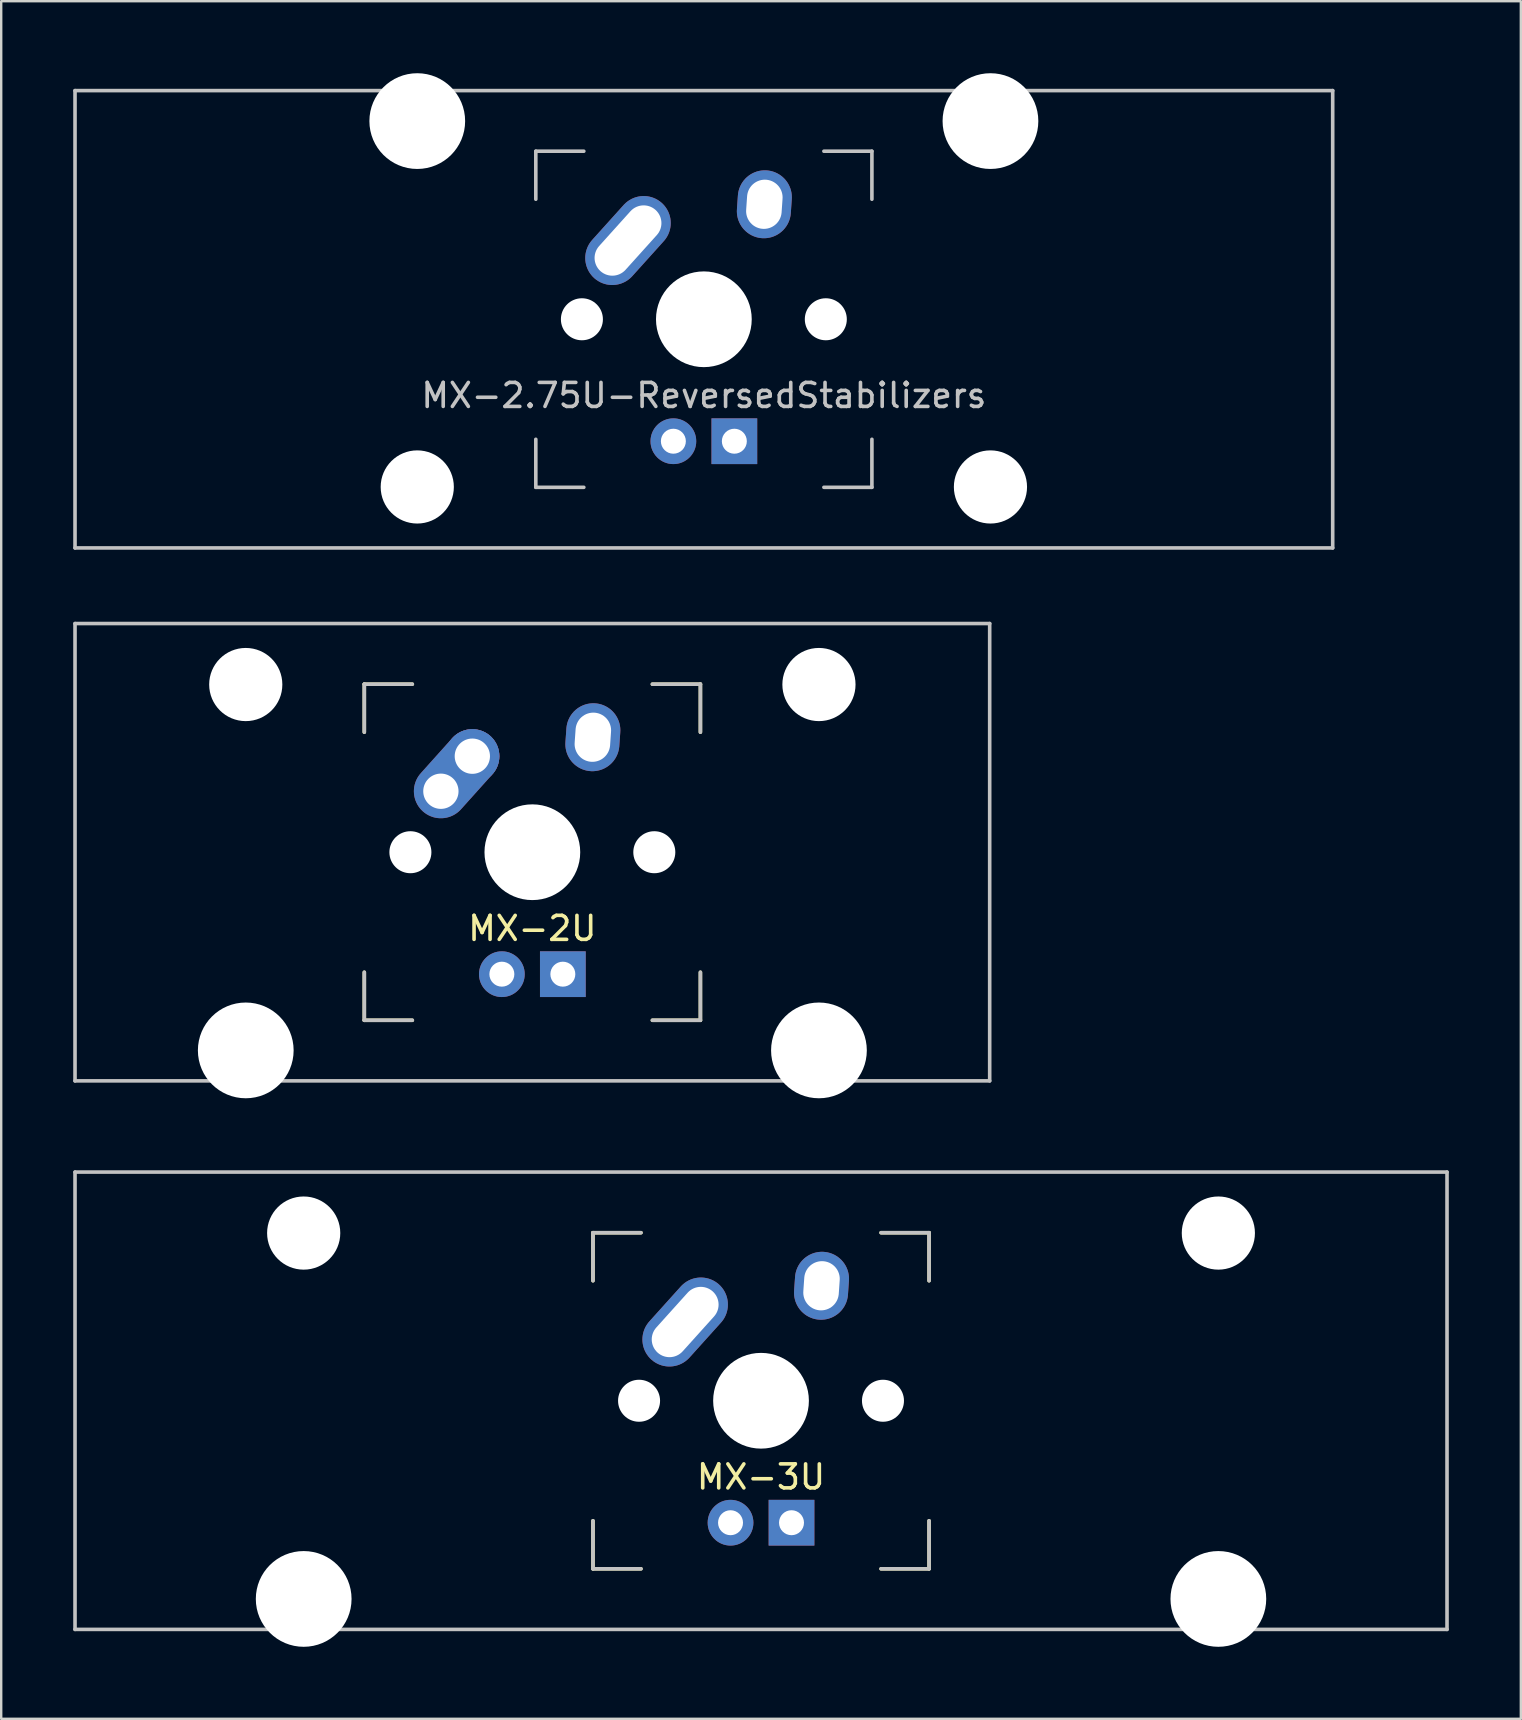
<source format=kicad_pcb>
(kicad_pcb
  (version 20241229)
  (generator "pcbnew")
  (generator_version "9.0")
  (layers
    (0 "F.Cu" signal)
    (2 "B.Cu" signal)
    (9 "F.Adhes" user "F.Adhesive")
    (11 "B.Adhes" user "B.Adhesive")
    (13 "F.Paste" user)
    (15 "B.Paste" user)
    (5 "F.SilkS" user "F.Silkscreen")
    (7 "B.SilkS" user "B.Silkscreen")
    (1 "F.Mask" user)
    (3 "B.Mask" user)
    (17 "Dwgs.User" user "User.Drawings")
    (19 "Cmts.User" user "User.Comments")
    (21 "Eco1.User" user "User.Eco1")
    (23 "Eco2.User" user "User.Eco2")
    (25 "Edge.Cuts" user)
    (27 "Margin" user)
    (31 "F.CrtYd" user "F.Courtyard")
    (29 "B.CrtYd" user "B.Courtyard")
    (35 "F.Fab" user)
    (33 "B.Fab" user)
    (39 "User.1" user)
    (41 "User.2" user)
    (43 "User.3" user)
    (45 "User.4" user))
  (footprint "MX-2.75U-ReversedStabilizers"
    (layer "F.Cu")
    (at 26.269 10.249)
    (property "Reference" "MX-2.75U-ReversedStabilizers" (at 0 3.175 0) (layer "Dwgs.User") (effects (font (size 1 1) (thickness 0.15))))
    (attr through_hole)
    (fp_line (start -26.194 -9.525) (end 26.194 -9.525) (stroke (width 0.15) (type solid)) (layer "Dwgs.User"))
    (fp_line (start -26.194 9.525) (end -26.194 -9.525) (stroke (width 0.15) (type solid)) (layer "Dwgs.User"))
    (fp_line (start -26.194 9.525) (end 26.194 9.525) (stroke (width 0.15) (type solid)) (layer "Dwgs.User"))
    (fp_line (start -7 -7) (end -7 -5) (stroke (width 0.15) (type solid)) (layer "Dwgs.User"))
    (fp_line (start -7 5) (end -7 7) (stroke (width 0.15) (type solid)) (layer "Dwgs.User"))
    (fp_line (start -7 7) (end -5 7) (stroke (width 0.15) (type solid)) (layer "Dwgs.User"))
    (fp_line (start -5 -7) (end -7 -7) (stroke (width 0.15) (type solid)) (layer "Dwgs.User"))
    (fp_line (start 5 -7) (end 7 -7) (stroke (width 0.15) (type solid)) (layer "Dwgs.User"))
    (fp_line (start 5 7) (end 7 7) (stroke (width 0.15) (type solid)) (layer "Dwgs.User"))
    (fp_line (start 7 -7) (end 7 -5) (stroke (width 0.15) (type solid)) (layer "Dwgs.User"))
    (fp_line (start 7 7) (end 7 5) (stroke (width 0.15) (type solid)) (layer "Dwgs.User"))
    (fp_line (start 26.194 -9.525) (end 26.194 9.525) (stroke (width 0.15) (type solid)) (layer "Dwgs.User"))
    (pad "" np_thru_hole circle (at -11.938 -8.255) (size 3.988 3.988) (drill 3.988) (layers "*.Cu" "*.Mask"))
    (pad "" np_thru_hole circle (at -11.938 6.985) (size 3.048 3.048) (drill 3.048) (layers "*.Cu" "*.Mask"))
    (pad "" np_thru_hole circle (at -5.08 0 48.1) (size 1.75 1.75) (drill 1.75) (layers "*.Cu" "*.Mask"))
    (pad "" np_thru_hole circle (at 0 0) (size 3.988 3.988) (drill 3.988) (layers "*.Cu" "*.Mask"))
    (pad "" np_thru_hole circle (at 5.08 0 48.1) (size 1.75 1.75) (drill 1.75) (layers "*.Cu" "*.Mask"))
    (pad "" np_thru_hole circle (at 11.938 -8.255) (size 3.988 3.988) (drill 3.988) (layers "*.Cu" "*.Mask"))
    (pad "" np_thru_hole circle (at 11.938 6.985) (size 3.048 3.048) (drill 3.048) (layers "*.Cu" "*.Mask"))
    (pad "1" thru_hole oval (at -3.16 -3.28 48) (size 4.21 2.25) (drill oval 3.43 1.48) (layers "*.Cu" "B.Mask"))
    (pad "2" thru_hole oval (at 2.52 -4.79 86) (size 2.831 2.25) (drill oval 2.051 1.48) (layers "*.Cu" "B.Mask"))
    (pad "3" thru_hole circle (at -1.27 5.08) (size 1.905 1.905) (drill 1.04) (layers "*.Cu" "B.Mask"))
    (pad "4" thru_hole rect (at 1.27 5.08) (size 1.905 1.905) (drill 1.04) (layers "*.Cu" "B.Mask")))
  (footprint "MX-3U"
    (layer "F.Cu")
    (at 28.65 55.298)
    (property "Reference" "MX-3U" (at 0 3.175 0) (layer "F.SilkS") (effects (font (size 1 1) (thickness 0.15))))
    (attr through_hole)
    (fp_line (start -7 -7) (end -7 -5) (stroke (width 0.15) (type solid)) (layer "F.SilkS"))
    (fp_line (start -7 5) (end -7 7) (stroke (width 0.15) (type solid)) (layer "F.SilkS"))
    (fp_line (start -7 7) (end -5 7) (stroke (width 0.15) (type solid)) (layer "F.SilkS"))
    (fp_line (start -5 -7) (end -7 -7) (stroke (width 0.15) (type solid)) (layer "F.SilkS"))
    (fp_line (start 5 -7) (end 7 -7) (stroke (width 0.15) (type solid)) (layer "F.SilkS"))
    (fp_line (start 5 7) (end 7 7) (stroke (width 0.15) (type solid)) (layer "F.SilkS"))
    (fp_line (start 7 -7) (end 7 -5) (stroke (width 0.15) (type solid)) (layer "F.SilkS"))
    (fp_line (start 7 7) (end 7 5) (stroke (width 0.15) (type solid)) (layer "F.SilkS"))
    (fp_line (start -28.575 -9.525) (end 28.575 -9.525) (stroke (width 0.15) (type solid)) (layer "Dwgs.User"))
    (fp_line (start -28.575 9.525) (end -28.575 -9.525) (stroke (width 0.15) (type solid)) (layer "Dwgs.User"))
    (fp_line (start -28.575 9.525) (end 28.575 9.525) (stroke (width 0.15) (type solid)) (layer "Dwgs.User"))
    (fp_line (start -7 -7) (end -7 -5) (stroke (width 0.15) (type solid)) (layer "Dwgs.User"))
    (fp_line (start -7 5) (end -7 7) (stroke (width 0.15) (type solid)) (layer "Dwgs.User"))
    (fp_line (start -7 7) (end -5 7) (stroke (width 0.15) (type solid)) (layer "Dwgs.User"))
    (fp_line (start -5 -7) (end -7 -7) (stroke (width 0.15) (type solid)) (layer "Dwgs.User"))
    (fp_line (start 5 -7) (end 7 -7) (stroke (width 0.15) (type solid)) (layer "Dwgs.User"))
    (fp_line (start 5 7) (end 7 7) (stroke (width 0.15) (type solid)) (layer "Dwgs.User"))
    (fp_line (start 7 -7) (end 7 -5) (stroke (width 0.15) (type solid)) (layer "Dwgs.User"))
    (fp_line (start 7 7) (end 7 5) (stroke (width 0.15) (type solid)) (layer "Dwgs.User"))
    (fp_line (start 28.575 -9.525) (end 28.575 9.525) (stroke (width 0.15) (type solid)) (layer "Dwgs.User"))
    (pad "" np_thru_hole circle (at -19.05 -6.985) (size 3.048 3.048) (drill 3.048) (layers "*.Cu" "*.Mask"))
    (pad "" np_thru_hole circle (at -19.05 8.255) (size 3.988 3.988) (drill 3.988) (layers "*.Cu" "*.Mask"))
    (pad "" np_thru_hole circle (at -5.08 0 48.1) (size 1.75 1.75) (drill 1.75) (layers "*.Cu" "*.Mask"))
    (pad "" np_thru_hole circle (at 0 0) (size 3.988 3.988) (drill 3.988) (layers "*.Cu" "*.Mask"))
    (pad "" np_thru_hole circle (at 5.08 0 48.1) (size 1.75 1.75) (drill 1.75) (layers "*.Cu" "*.Mask"))
    (pad "" np_thru_hole circle (at 19.05 -6.985) (size 3.048 3.048) (drill 3.048) (layers "*.Cu" "*.Mask"))
    (pad "" np_thru_hole circle (at 19.05 8.255) (size 3.988 3.988) (drill 3.988) (layers "*.Cu" "*.Mask"))
    (pad "1" thru_hole oval (at -3.16 -3.28 48) (size 4.21 2.25) (drill oval 3.43 1.48) (layers "*.Cu" "B.Mask"))
    (pad "2" thru_hole oval (at 2.52 -4.79 86) (size 2.831 2.25) (drill oval 2.051 1.48) (layers "*.Cu" "B.Mask"))
    (pad "3" thru_hole circle (at -1.27 5.08) (size 1.905 1.905) (drill 1.04) (layers "*.Cu" "B.Mask"))
    (pad "4" thru_hole rect (at 1.27 5.08) (size 1.905 1.905) (drill 1.04) (layers "*.Cu" "B.Mask")))
  (footprint "MX-2U"
    (layer "F.Cu")
    (at 19.125 32.449)
    (property "Reference" "MX-2U" (at 0 3.175 0) (layer "F.SilkS") (effects (font (size 1 1) (thickness 0.15))))
    (attr through_hole)
    (fp_line (start -7 -7) (end -7 -5) (stroke (width 0.15) (type solid)) (layer "F.SilkS"))
    (fp_line (start -7 5) (end -7 7) (stroke (width 0.15) (type solid)) (layer "F.SilkS"))
    (fp_line (start -7 7) (end -5 7) (stroke (width 0.15) (type solid)) (layer "F.SilkS"))
    (fp_line (start -5 -7) (end -7 -7) (stroke (width 0.15) (type solid)) (layer "F.SilkS"))
    (fp_line (start 5 -7) (end 7 -7) (stroke (width 0.15) (type solid)) (layer "F.SilkS"))
    (fp_line (start 5 7) (end 7 7) (stroke (width 0.15) (type solid)) (layer "F.SilkS"))
    (fp_line (start 7 -7) (end 7 -5) (stroke (width 0.15) (type solid)) (layer "F.SilkS"))
    (fp_line (start 7 7) (end 7 5) (stroke (width 0.15) (type solid)) (layer "F.SilkS"))
    (fp_line (start -19.05 -9.525) (end 19.05 -9.525) (stroke (width 0.15) (type solid)) (layer "Dwgs.User"))
    (fp_line (start -19.05 9.525) (end -19.05 -9.525) (stroke (width 0.15) (type solid)) (layer "Dwgs.User"))
    (fp_line (start -19.05 9.525) (end 19.05 9.525) (stroke (width 0.15) (type solid)) (layer "Dwgs.User"))
    (fp_line (start -7 -7) (end -7 -5) (stroke (width 0.15) (type solid)) (layer "Dwgs.User"))
    (fp_line (start -7 5) (end -7 7) (stroke (width 0.15) (type solid)) (layer "Dwgs.User"))
    (fp_line (start -7 7) (end -5 7) (stroke (width 0.15) (type solid)) (layer "Dwgs.User"))
    (fp_line (start -5 -7) (end -7 -7) (stroke (width 0.15) (type solid)) (layer "Dwgs.User"))
    (fp_line (start 5 -7) (end 7 -7) (stroke (width 0.15) (type solid)) (layer "Dwgs.User"))
    (fp_line (start 5 7) (end 7 7) (stroke (width 0.15) (type solid)) (layer "Dwgs.User"))
    (fp_line (start 7 -7) (end 7 -5) (stroke (width 0.15) (type solid)) (layer "Dwgs.User"))
    (fp_line (start 7 7) (end 7 5) (stroke (width 0.15) (type solid)) (layer "Dwgs.User"))
    (fp_line (start 19.05 -9.525) (end 19.05 9.525) (stroke (width 0.15) (type solid)) (layer "Dwgs.User"))
    (pad "" np_thru_hole circle (at -11.938 -6.985) (size 3.048 3.048) (drill 3.048) (layers "*.Cu" "*.Mask"))
    (pad "" np_thru_hole circle (at -11.938 8.255) (size 3.988 3.988) (drill 3.988) (layers "*.Cu" "*.Mask"))
    (pad "" np_thru_hole circle (at -5.08 0 48.1) (size 1.75 1.75) (drill 1.75) (layers "*.Cu" "*.Mask"))
    (pad "" np_thru_hole circle (at 0 0) (size 3.988 3.988) (drill 3.988) (layers "*.Cu" "*.Mask"))
    (pad "" np_thru_hole circle (at 5.08 0 48.1) (size 1.75 1.75) (drill 1.75) (layers "*.Cu" "*.Mask"))
    (pad "" np_thru_hole circle (at 11.938 -6.985) (size 3.048 3.048) (drill 3.048) (layers "*.Cu" "*.Mask"))
    (pad "" np_thru_hole circle (at 11.938 8.255) (size 3.988 3.988) (drill 3.988) (layers "*.Cu" "*.Mask"))
    (pad "1" thru_hole oval (at -3.81 -2.54 48.1) (size 4.212 2.25) (drill 1.47 (offset 0.981 0)) (layers "*.Cu" "*.Mask"))
    (pad "1" thru_hole circle (at -2.5 -4) (size 2.25 2.25) (drill 1.47) (layers "*.Cu" "*.Mask"))
    (pad "2" thru_hole oval (at 2.52 -4.79 86) (size 2.831 2.25) (drill oval 2.051 1.48) (layers "*.Cu" "*.Mask"))
    (pad "3" thru_hole circle (at -1.27 5.08) (size 1.905 1.905) (drill 1.04) (layers "*.Cu" "*.Mask"))
    (pad "4" thru_hole rect (at 1.27 5.08) (size 1.905 1.905) (drill 1.04) (layers "*.Cu" "*.Mask")))
  (gr_rect
    (start -3 -3)
    (end 60.3 68.547)
    (stroke (width 0.1) (type default))
    (fill no)
    (layer "Edge.Cuts")))
</source>
